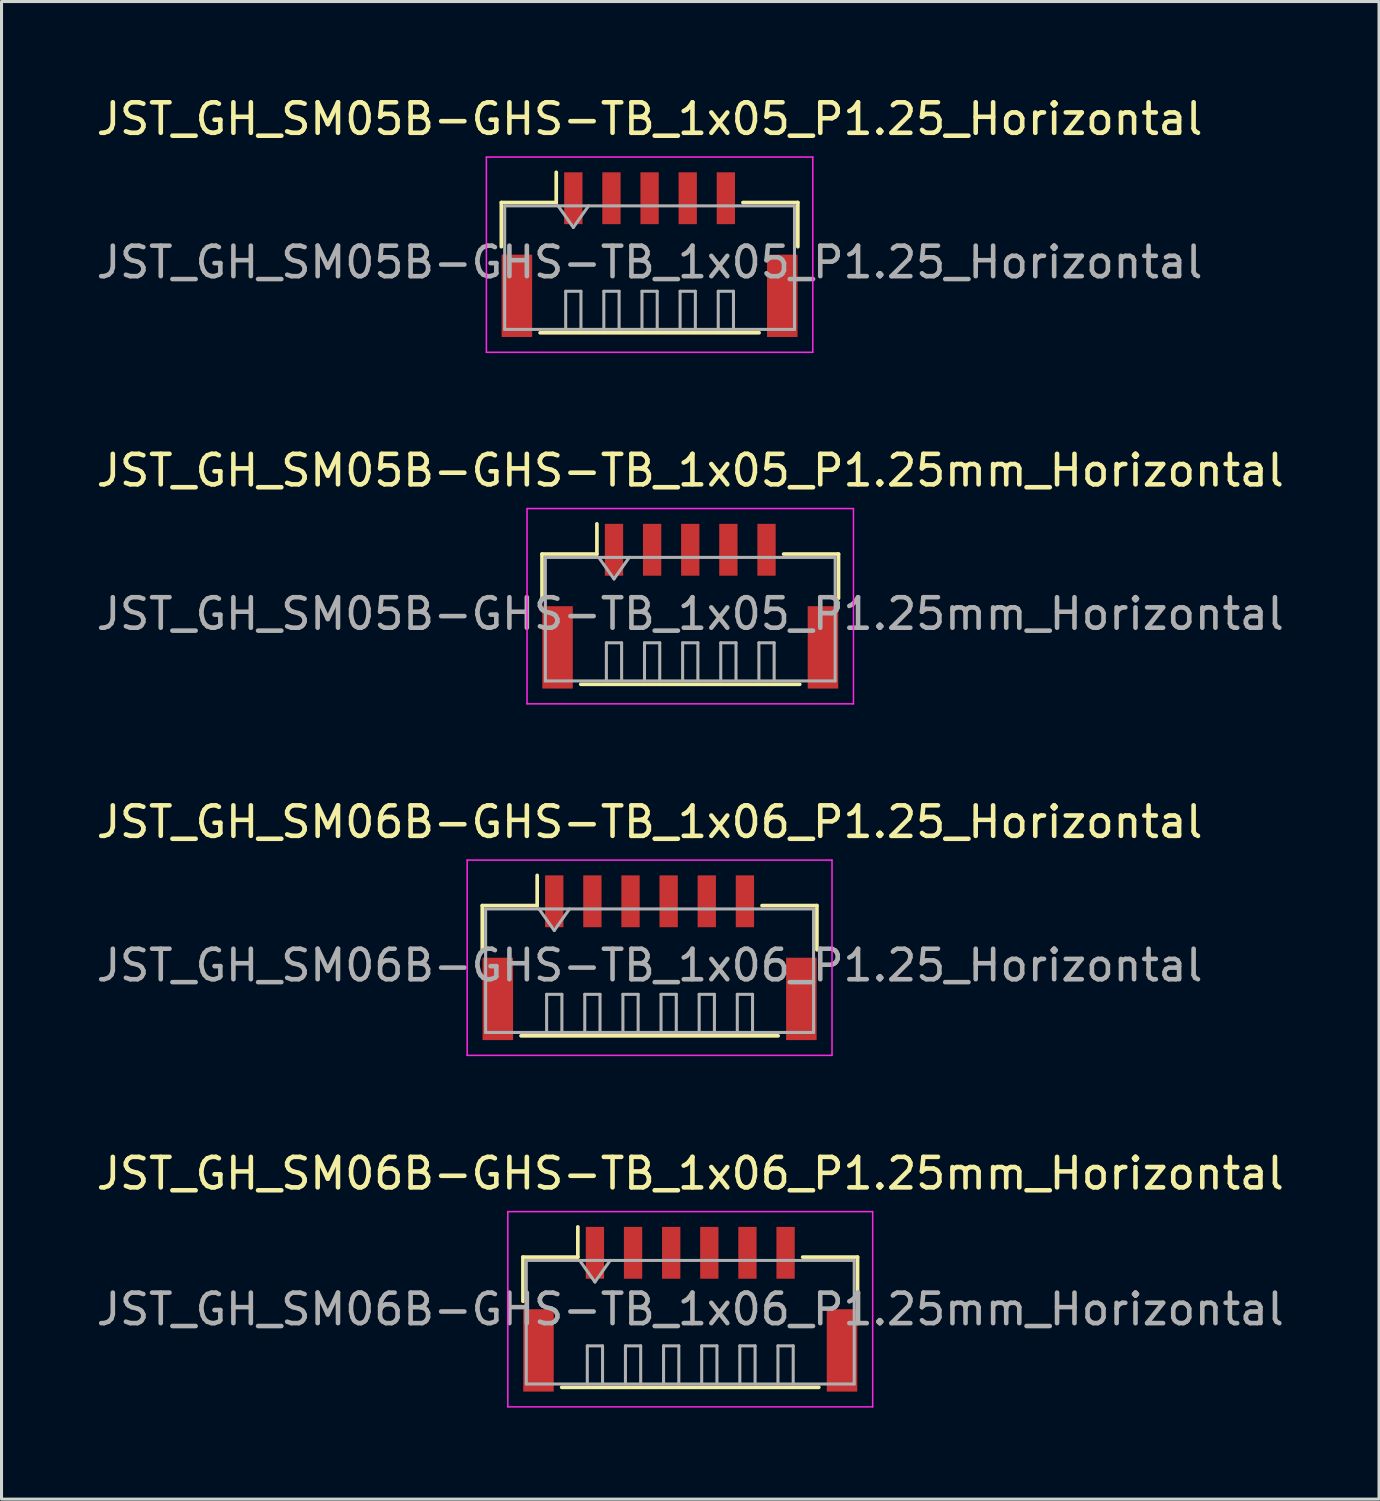
<source format=kicad_pcb>
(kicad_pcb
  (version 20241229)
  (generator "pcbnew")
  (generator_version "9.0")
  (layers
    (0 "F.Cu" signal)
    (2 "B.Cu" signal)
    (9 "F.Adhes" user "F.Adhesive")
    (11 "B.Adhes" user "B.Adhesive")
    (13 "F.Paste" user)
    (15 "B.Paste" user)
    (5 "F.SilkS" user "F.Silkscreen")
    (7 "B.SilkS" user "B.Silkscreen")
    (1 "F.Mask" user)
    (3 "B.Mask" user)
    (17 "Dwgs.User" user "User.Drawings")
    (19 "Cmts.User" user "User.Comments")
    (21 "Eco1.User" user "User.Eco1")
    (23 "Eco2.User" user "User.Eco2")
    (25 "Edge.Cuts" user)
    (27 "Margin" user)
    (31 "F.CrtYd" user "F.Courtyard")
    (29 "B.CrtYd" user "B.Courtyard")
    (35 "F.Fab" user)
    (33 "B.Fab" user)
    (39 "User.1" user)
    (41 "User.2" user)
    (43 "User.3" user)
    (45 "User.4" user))
  (footprint "JST_GH_SM05B-GHS-TB_1x05_P1.25_Horizontal"
    (layer "F.Cu")
    (at 18.244 5.048)
    (property "Reference" "JST_GH_SM05B-GHS-TB_1x05_P1.25_Horizontal" (at 0 -4.2 0) (layer "F.SilkS") (effects (font (size 1 1) (thickness 0.15))))
    (attr smd)
    (fp_line (start -4.86 -1.46) (end -3.06 -1.46) (stroke (width 0.12) (type solid)) (layer "F.SilkS"))
    (fp_line (start -4.86 -0.01) (end -4.86 -1.46) (stroke (width 0.12) (type solid)) (layer "F.SilkS"))
    (fp_line (start -3.59 2.81) (end 3.59 2.81) (stroke (width 0.12) (type solid)) (layer "F.SilkS"))
    (fp_line (start -3.06 -1.46) (end -3.06 -2.45) (stroke (width 0.12) (type solid)) (layer "F.SilkS"))
    (fp_line (start 4.86 -1.46) (end 3.06 -1.46) (stroke (width 0.12) (type solid)) (layer "F.SilkS"))
    (fp_line (start 4.86 -0.01) (end 4.86 -1.46) (stroke (width 0.12) (type solid)) (layer "F.SilkS"))
    (fp_line (start -5.35 -2.95) (end -5.35 3.45) (stroke (width 0.05) (type solid)) (layer "F.CrtYd"))
    (fp_line (start -5.35 3.45) (end 5.35 3.45) (stroke (width 0.05) (type solid)) (layer "F.CrtYd"))
    (fp_line (start 5.35 -2.95) (end -5.35 -2.95) (stroke (width 0.05) (type solid)) (layer "F.CrtYd"))
    (fp_line (start 5.35 3.45) (end 5.35 -2.95) (stroke (width 0.05) (type solid)) (layer "F.CrtYd"))
    (fp_line (start -4.75 -1.35) (end -4.75 2.7) (stroke (width 0.1) (type solid)) (layer "F.Fab"))
    (fp_line (start -4.75 2.7) (end 4.75 2.7) (stroke (width 0.1) (type solid)) (layer "F.Fab"))
    (fp_line (start -3 -1.35) (end -2.5 -0.643) (stroke (width 0.1) (type solid)) (layer "F.Fab"))
    (fp_line (start -2.75 1.45) (end -2.25 1.45) (stroke (width 0.1) (type solid)) (layer "F.Fab"))
    (fp_line (start -2.75 2.7) (end -2.75 1.45) (stroke (width 0.1) (type solid)) (layer "F.Fab"))
    (fp_line (start -2.5 -0.643) (end -2 -1.35) (stroke (width 0.1) (type solid)) (layer "F.Fab"))
    (fp_line (start -2.25 1.45) (end -2.25 2.7) (stroke (width 0.1) (type solid)) (layer "F.Fab"))
    (fp_line (start -1.5 1.45) (end -1 1.45) (stroke (width 0.1) (type solid)) (layer "F.Fab"))
    (fp_line (start -1.5 2.7) (end -1.5 1.45) (stroke (width 0.1) (type solid)) (layer "F.Fab"))
    (fp_line (start -1 1.45) (end -1 2.7) (stroke (width 0.1) (type solid)) (layer "F.Fab"))
    (fp_line (start -0.25 1.45) (end 0.25 1.45) (stroke (width 0.1) (type solid)) (layer "F.Fab"))
    (fp_line (start -0.25 2.7) (end -0.25 1.45) (stroke (width 0.1) (type solid)) (layer "F.Fab"))
    (fp_line (start 0.25 1.45) (end 0.25 2.7) (stroke (width 0.1) (type solid)) (layer "F.Fab"))
    (fp_line (start 1 1.45) (end 1.5 1.45) (stroke (width 0.1) (type solid)) (layer "F.Fab"))
    (fp_line (start 1 2.7) (end 1 1.45) (stroke (width 0.1) (type solid)) (layer "F.Fab"))
    (fp_line (start 1.5 1.45) (end 1.5 2.7) (stroke (width 0.1) (type solid)) (layer "F.Fab"))
    (fp_line (start 2.25 1.45) (end 2.75 1.45) (stroke (width 0.1) (type solid)) (layer "F.Fab"))
    (fp_line (start 2.25 2.7) (end 2.25 1.45) (stroke (width 0.1) (type solid)) (layer "F.Fab"))
    (fp_line (start 2.75 1.45) (end 2.75 2.7) (stroke (width 0.1) (type solid)) (layer "F.Fab"))
    (fp_line (start 4.75 -1.35) (end -4.75 -1.35) (stroke (width 0.1) (type solid)) (layer "F.Fab"))
    (fp_line (start 4.75 2.7) (end 4.75 -1.35) (stroke (width 0.1) (type solid)) (layer "F.Fab"))
    (fp_text user "${REFERENCE}" (at 0 0.5 0) (layer "F.Fab") (effects (font (size 1 1) (thickness 0.15))))
    (pad "" smd rect (at -4.35 1.6) (size 1 2.7) (layers "F.Cu" "F.Mask" "F.Paste"))
    (pad "" smd rect (at 4.35 1.6) (size 1 2.7) (layers "F.Cu" "F.Mask" "F.Paste"))
    (pad "1" smd rect (at -2.5 -1.6) (size 0.6 1.7) (layers "F.Cu" "F.Mask" "F.Paste"))
    (pad "2" smd rect (at -1.25 -1.6) (size 0.6 1.7) (layers "F.Cu" "F.Mask" "F.Paste"))
    (pad "3" smd rect (at 0 -1.6) (size 0.6 1.7) (layers "F.Cu" "F.Mask" "F.Paste"))
    (pad "4" smd rect (at 1.25 -1.6) (size 0.6 1.7) (layers "F.Cu" "F.Mask" "F.Paste"))
    (pad "5" smd rect (at 2.5 -1.6) (size 0.6 1.7) (layers "F.Cu" "F.Mask" "F.Paste")))
  (footprint "JST_GH_SM06B-GHS-TB_1x06_P1.25_Horizontal"
    (layer "F.Cu")
    (at 18.244 28.095)
    (property "Reference" "JST_GH_SM06B-GHS-TB_1x06_P1.25_Horizontal" (at 0 -4.2 0) (layer "F.SilkS") (effects (font (size 1 1) (thickness 0.15))))
    (attr smd)
    (fp_line (start -5.485 -1.46) (end -3.685 -1.46) (stroke (width 0.12) (type solid)) (layer "F.SilkS"))
    (fp_line (start -5.485 -0.01) (end -5.485 -1.46) (stroke (width 0.12) (type solid)) (layer "F.SilkS"))
    (fp_line (start -4.215 2.81) (end 4.215 2.81) (stroke (width 0.12) (type solid)) (layer "F.SilkS"))
    (fp_line (start -3.685 -1.46) (end -3.685 -2.45) (stroke (width 0.12) (type solid)) (layer "F.SilkS"))
    (fp_line (start 5.485 -1.46) (end 3.685 -1.46) (stroke (width 0.12) (type solid)) (layer "F.SilkS"))
    (fp_line (start 5.485 -0.01) (end 5.485 -1.46) (stroke (width 0.12) (type solid)) (layer "F.SilkS"))
    (fp_line (start -5.98 -2.95) (end -5.98 3.45) (stroke (width 0.05) (type solid)) (layer "F.CrtYd"))
    (fp_line (start -5.98 3.45) (end 5.98 3.45) (stroke (width 0.05) (type solid)) (layer "F.CrtYd"))
    (fp_line (start 5.98 -2.95) (end -5.98 -2.95) (stroke (width 0.05) (type solid)) (layer "F.CrtYd"))
    (fp_line (start 5.98 3.45) (end 5.98 -2.95) (stroke (width 0.05) (type solid)) (layer "F.CrtYd"))
    (fp_line (start -5.375 -1.35) (end -5.375 2.7) (stroke (width 0.1) (type solid)) (layer "F.Fab"))
    (fp_line (start -5.375 2.7) (end 5.375 2.7) (stroke (width 0.1) (type solid)) (layer "F.Fab"))
    (fp_line (start -3.625 -1.35) (end -3.125 -0.643) (stroke (width 0.1) (type solid)) (layer "F.Fab"))
    (fp_line (start -3.375 1.45) (end -2.875 1.45) (stroke (width 0.1) (type solid)) (layer "F.Fab"))
    (fp_line (start -3.375 2.7) (end -3.375 1.45) (stroke (width 0.1) (type solid)) (layer "F.Fab"))
    (fp_line (start -3.125 -0.643) (end -2.625 -1.35) (stroke (width 0.1) (type solid)) (layer "F.Fab"))
    (fp_line (start -2.875 1.45) (end -2.875 2.7) (stroke (width 0.1) (type solid)) (layer "F.Fab"))
    (fp_line (start -2.125 1.45) (end -1.625 1.45) (stroke (width 0.1) (type solid)) (layer "F.Fab"))
    (fp_line (start -2.125 2.7) (end -2.125 1.45) (stroke (width 0.1) (type solid)) (layer "F.Fab"))
    (fp_line (start -1.625 1.45) (end -1.625 2.7) (stroke (width 0.1) (type solid)) (layer "F.Fab"))
    (fp_line (start -0.875 1.45) (end -0.375 1.45) (stroke (width 0.1) (type solid)) (layer "F.Fab"))
    (fp_line (start -0.875 2.7) (end -0.875 1.45) (stroke (width 0.1) (type solid)) (layer "F.Fab"))
    (fp_line (start -0.375 1.45) (end -0.375 2.7) (stroke (width 0.1) (type solid)) (layer "F.Fab"))
    (fp_line (start 0.375 1.45) (end 0.875 1.45) (stroke (width 0.1) (type solid)) (layer "F.Fab"))
    (fp_line (start 0.375 2.7) (end 0.375 1.45) (stroke (width 0.1) (type solid)) (layer "F.Fab"))
    (fp_line (start 0.875 1.45) (end 0.875 2.7) (stroke (width 0.1) (type solid)) (layer "F.Fab"))
    (fp_line (start 1.625 1.45) (end 2.125 1.45) (stroke (width 0.1) (type solid)) (layer "F.Fab"))
    (fp_line (start 1.625 2.7) (end 1.625 1.45) (stroke (width 0.1) (type solid)) (layer "F.Fab"))
    (fp_line (start 2.125 1.45) (end 2.125 2.7) (stroke (width 0.1) (type solid)) (layer "F.Fab"))
    (fp_line (start 2.875 1.45) (end 3.375 1.45) (stroke (width 0.1) (type solid)) (layer "F.Fab"))
    (fp_line (start 2.875 2.7) (end 2.875 1.45) (stroke (width 0.1) (type solid)) (layer "F.Fab"))
    (fp_line (start 3.375 1.45) (end 3.375 2.7) (stroke (width 0.1) (type solid)) (layer "F.Fab"))
    (fp_line (start 5.375 -1.35) (end -5.375 -1.35) (stroke (width 0.1) (type solid)) (layer "F.Fab"))
    (fp_line (start 5.375 2.7) (end 5.375 -1.35) (stroke (width 0.1) (type solid)) (layer "F.Fab"))
    (fp_text user "${REFERENCE}" (at 0 0.5 0) (layer "F.Fab") (effects (font (size 1 1) (thickness 0.15))))
    (pad "" smd rect (at -4.975 1.6) (size 1 2.7) (layers "F.Cu" "F.Mask" "F.Paste"))
    (pad "" smd rect (at 4.975 1.6) (size 1 2.7) (layers "F.Cu" "F.Mask" "F.Paste"))
    (pad "1" smd rect (at -3.125 -1.6) (size 0.6 1.7) (layers "F.Cu" "F.Mask" "F.Paste"))
    (pad "2" smd rect (at -1.875 -1.6) (size 0.6 1.7) (layers "F.Cu" "F.Mask" "F.Paste"))
    (pad "3" smd rect (at -0.625 -1.6) (size 0.6 1.7) (layers "F.Cu" "F.Mask" "F.Paste"))
    (pad "4" smd rect (at 0.625 -1.6) (size 0.6 1.7) (layers "F.Cu" "F.Mask" "F.Paste"))
    (pad "5" smd rect (at 1.875 -1.6) (size 0.6 1.7) (layers "F.Cu" "F.Mask" "F.Paste"))
    (pad "6" smd rect (at 3.125 -1.6) (size 0.6 1.7) (layers "F.Cu" "F.Mask" "F.Paste")))
  (footprint "JST_GH_SM05B-GHS-TB_1x05_P1.25mm_Horizontal"
    (layer "F.Cu")
    (at 19.577 16.572)
    (property "Reference" "JST_GH_SM05B-GHS-TB_1x05_P1.25mm_Horizontal" (at 0 -4.2 0) (layer "F.SilkS") (effects (font (size 1 1) (thickness 0.15))))
    (attr smd)
    (fp_line (start -4.86 -1.46) (end -3.06 -1.46) (stroke (width 0.12) (type solid)) (layer "F.SilkS"))
    (fp_line (start -4.86 -0.01) (end -4.86 -1.46) (stroke (width 0.12) (type solid)) (layer "F.SilkS"))
    (fp_line (start -3.59 2.81) (end 3.59 2.81) (stroke (width 0.12) (type solid)) (layer "F.SilkS"))
    (fp_line (start -3.06 -1.46) (end -3.06 -2.45) (stroke (width 0.12) (type solid)) (layer "F.SilkS"))
    (fp_line (start 4.86 -1.46) (end 3.06 -1.46) (stroke (width 0.12) (type solid)) (layer "F.SilkS"))
    (fp_line (start 4.86 -0.01) (end 4.86 -1.46) (stroke (width 0.12) (type solid)) (layer "F.SilkS"))
    (fp_line (start -5.35 -2.95) (end -5.35 3.45) (stroke (width 0.05) (type solid)) (layer "F.CrtYd"))
    (fp_line (start -5.35 3.45) (end 5.35 3.45) (stroke (width 0.05) (type solid)) (layer "F.CrtYd"))
    (fp_line (start 5.35 -2.95) (end -5.35 -2.95) (stroke (width 0.05) (type solid)) (layer "F.CrtYd"))
    (fp_line (start 5.35 3.45) (end 5.35 -2.95) (stroke (width 0.05) (type solid)) (layer "F.CrtYd"))
    (fp_line (start -4.75 -1.35) (end -4.75 2.7) (stroke (width 0.1) (type solid)) (layer "F.Fab"))
    (fp_line (start -4.75 2.7) (end 4.75 2.7) (stroke (width 0.1) (type solid)) (layer "F.Fab"))
    (fp_line (start -3 -1.35) (end -2.5 -0.643) (stroke (width 0.1) (type solid)) (layer "F.Fab"))
    (fp_line (start -2.75 1.45) (end -2.25 1.45) (stroke (width 0.1) (type solid)) (layer "F.Fab"))
    (fp_line (start -2.75 2.7) (end -2.75 1.45) (stroke (width 0.1) (type solid)) (layer "F.Fab"))
    (fp_line (start -2.5 -0.643) (end -2 -1.35) (stroke (width 0.1) (type solid)) (layer "F.Fab"))
    (fp_line (start -2.25 1.45) (end -2.25 2.7) (stroke (width 0.1) (type solid)) (layer "F.Fab"))
    (fp_line (start -1.5 1.45) (end -1 1.45) (stroke (width 0.1) (type solid)) (layer "F.Fab"))
    (fp_line (start -1.5 2.7) (end -1.5 1.45) (stroke (width 0.1) (type solid)) (layer "F.Fab"))
    (fp_line (start -1 1.45) (end -1 2.7) (stroke (width 0.1) (type solid)) (layer "F.Fab"))
    (fp_line (start -0.25 1.45) (end 0.25 1.45) (stroke (width 0.1) (type solid)) (layer "F.Fab"))
    (fp_line (start -0.25 2.7) (end -0.25 1.45) (stroke (width 0.1) (type solid)) (layer "F.Fab"))
    (fp_line (start 0.25 1.45) (end 0.25 2.7) (stroke (width 0.1) (type solid)) (layer "F.Fab"))
    (fp_line (start 1 1.45) (end 1.5 1.45) (stroke (width 0.1) (type solid)) (layer "F.Fab"))
    (fp_line (start 1 2.7) (end 1 1.45) (stroke (width 0.1) (type solid)) (layer "F.Fab"))
    (fp_line (start 1.5 1.45) (end 1.5 2.7) (stroke (width 0.1) (type solid)) (layer "F.Fab"))
    (fp_line (start 2.25 1.45) (end 2.75 1.45) (stroke (width 0.1) (type solid)) (layer "F.Fab"))
    (fp_line (start 2.25 2.7) (end 2.25 1.45) (stroke (width 0.1) (type solid)) (layer "F.Fab"))
    (fp_line (start 2.75 1.45) (end 2.75 2.7) (stroke (width 0.1) (type solid)) (layer "F.Fab"))
    (fp_line (start 4.75 -1.35) (end -4.75 -1.35) (stroke (width 0.1) (type solid)) (layer "F.Fab"))
    (fp_line (start 4.75 2.7) (end 4.75 -1.35) (stroke (width 0.1) (type solid)) (layer "F.Fab"))
    (fp_text user "${REFERENCE}" (at 0 0.5 0) (layer "F.Fab") (effects (font (size 1 1) (thickness 0.15))))
    (pad "" smd rect (at -4.35 1.6) (size 1 2.7) (layers "F.Cu" "F.Mask" "F.Paste"))
    (pad "" smd rect (at 4.35 1.6) (size 1 2.7) (layers "F.Cu" "F.Mask" "F.Paste"))
    (pad "1" smd rect (at -2.5 -1.6) (size 0.6 1.7) (layers "F.Cu" "F.Mask" "F.Paste"))
    (pad "2" smd rect (at -1.25 -1.6) (size 0.6 1.7) (layers "F.Cu" "F.Mask" "F.Paste"))
    (pad "3" smd rect (at 0 -1.6) (size 0.6 1.7) (layers "F.Cu" "F.Mask" "F.Paste"))
    (pad "4" smd rect (at 1.25 -1.6) (size 0.6 1.7) (layers "F.Cu" "F.Mask" "F.Paste"))
    (pad "5" smd rect (at 2.5 -1.6) (size 0.6 1.7) (layers "F.Cu" "F.Mask" "F.Paste")))
  (footprint "JST_GH_SM06B-GHS-TB_1x06_P1.25mm_Horizontal"
    (layer "F.Cu")
    (at 19.577 39.868)
    (property "Reference" "JST_GH_SM06B-GHS-TB_1x06_P1.25mm_Horizontal" (at 0 -4.45 0) (layer "F.SilkS") (effects (font (size 1 1) (thickness 0.15))))
    (attr smd)
    (fp_line (start -5.485 -1.71) (end -3.685 -1.71) (stroke (width 0.12) (type solid)) (layer "F.SilkS"))
    (fp_line (start -5.485 -0.26) (end -5.485 -1.71) (stroke (width 0.12) (type solid)) (layer "F.SilkS"))
    (fp_line (start -4.215 2.56) (end 4.215 2.56) (stroke (width 0.12) (type solid)) (layer "F.SilkS"))
    (fp_line (start -3.685 -1.71) (end -3.685 -2.7) (stroke (width 0.12) (type solid)) (layer "F.SilkS"))
    (fp_line (start 5.485 -1.71) (end 3.685 -1.71) (stroke (width 0.12) (type solid)) (layer "F.SilkS"))
    (fp_line (start 5.485 -0.26) (end 5.485 -1.71) (stroke (width 0.12) (type solid)) (layer "F.SilkS"))
    (fp_line (start -5.98 -3.2) (end -5.98 3.2) (stroke (width 0.05) (type solid)) (layer "F.CrtYd"))
    (fp_line (start -5.98 3.2) (end 5.98 3.2) (stroke (width 0.05) (type solid)) (layer "F.CrtYd"))
    (fp_line (start 5.98 -3.2) (end -5.98 -3.2) (stroke (width 0.05) (type solid)) (layer "F.CrtYd"))
    (fp_line (start 5.98 3.2) (end 5.98 -3.2) (stroke (width 0.05) (type solid)) (layer "F.CrtYd"))
    (fp_line (start -5.375 -1.6) (end -5.375 2.45) (stroke (width 0.1) (type solid)) (layer "F.Fab"))
    (fp_line (start -5.375 2.45) (end 5.375 2.45) (stroke (width 0.1) (type solid)) (layer "F.Fab"))
    (fp_line (start -3.625 -1.6) (end -3.125 -0.893) (stroke (width 0.1) (type solid)) (layer "F.Fab"))
    (fp_line (start -3.375 1.2) (end -2.875 1.2) (stroke (width 0.1) (type solid)) (layer "F.Fab"))
    (fp_line (start -3.375 2.45) (end -3.375 1.2) (stroke (width 0.1) (type solid)) (layer "F.Fab"))
    (fp_line (start -3.125 -0.893) (end -2.625 -1.6) (stroke (width 0.1) (type solid)) (layer "F.Fab"))
    (fp_line (start -2.875 1.2) (end -2.875 2.45) (stroke (width 0.1) (type solid)) (layer "F.Fab"))
    (fp_line (start -2.125 1.2) (end -1.625 1.2) (stroke (width 0.1) (type solid)) (layer "F.Fab"))
    (fp_line (start -2.125 2.45) (end -2.125 1.2) (stroke (width 0.1) (type solid)) (layer "F.Fab"))
    (fp_line (start -1.625 1.2) (end -1.625 2.45) (stroke (width 0.1) (type solid)) (layer "F.Fab"))
    (fp_line (start -0.875 1.2) (end -0.375 1.2) (stroke (width 0.1) (type solid)) (layer "F.Fab"))
    (fp_line (start -0.875 2.45) (end -0.875 1.2) (stroke (width 0.1) (type solid)) (layer "F.Fab"))
    (fp_line (start -0.375 1.2) (end -0.375 2.45) (stroke (width 0.1) (type solid)) (layer "F.Fab"))
    (fp_line (start 0.375 1.2) (end 0.875 1.2) (stroke (width 0.1) (type solid)) (layer "F.Fab"))
    (fp_line (start 0.375 2.45) (end 0.375 1.2) (stroke (width 0.1) (type solid)) (layer "F.Fab"))
    (fp_line (start 0.875 1.2) (end 0.875 2.45) (stroke (width 0.1) (type solid)) (layer "F.Fab"))
    (fp_line (start 1.625 1.2) (end 2.125 1.2) (stroke (width 0.1) (type solid)) (layer "F.Fab"))
    (fp_line (start 1.625 2.45) (end 1.625 1.2) (stroke (width 0.1) (type solid)) (layer "F.Fab"))
    (fp_line (start 2.125 1.2) (end 2.125 2.45) (stroke (width 0.1) (type solid)) (layer "F.Fab"))
    (fp_line (start 2.875 1.2) (end 3.375 1.2) (stroke (width 0.1) (type solid)) (layer "F.Fab"))
    (fp_line (start 2.875 2.45) (end 2.875 1.2) (stroke (width 0.1) (type solid)) (layer "F.Fab"))
    (fp_line (start 3.375 1.2) (end 3.375 2.45) (stroke (width 0.1) (type solid)) (layer "F.Fab"))
    (fp_line (start 5.375 -1.6) (end -5.375 -1.6) (stroke (width 0.1) (type solid)) (layer "F.Fab"))
    (fp_line (start 5.375 2.45) (end 5.375 -1.6) (stroke (width 0.1) (type solid)) (layer "F.Fab"))
    (fp_text user "${REFERENCE}" (at 0 0 0) (layer "F.Fab") (effects (font (size 1 1) (thickness 0.15))))
    (pad "" smd rect (at -4.975 1.35) (size 1 2.7) (layers "F.Cu" "F.Mask" "F.Paste"))
    (pad "" smd rect (at 4.975 1.35) (size 1 2.7) (layers "F.Cu" "F.Mask" "F.Paste"))
    (pad "1" smd rect (at -3.125 -1.85) (size 0.6 1.7) (layers "F.Cu" "F.Mask" "F.Paste"))
    (pad "2" smd rect (at -1.875 -1.85) (size 0.6 1.7) (layers "F.Cu" "F.Mask" "F.Paste"))
    (pad "3" smd rect (at -0.625 -1.85) (size 0.6 1.7) (layers "F.Cu" "F.Mask" "F.Paste"))
    (pad "4" smd rect (at 0.625 -1.85) (size 0.6 1.7) (layers "F.Cu" "F.Mask" "F.Paste"))
    (pad "5" smd rect (at 1.875 -1.85) (size 0.6 1.7) (layers "F.Cu" "F.Mask" "F.Paste"))
    (pad "6" smd rect (at 3.125 -1.85) (size 0.6 1.7) (layers "F.Cu" "F.Mask" "F.Paste")))
  (gr_rect
    (start -3 -3)
    (end 42.155 46.093)
    (stroke (width 0.1) (type default))
    (fill no)
    (layer "Edge.Cuts")))
</source>
